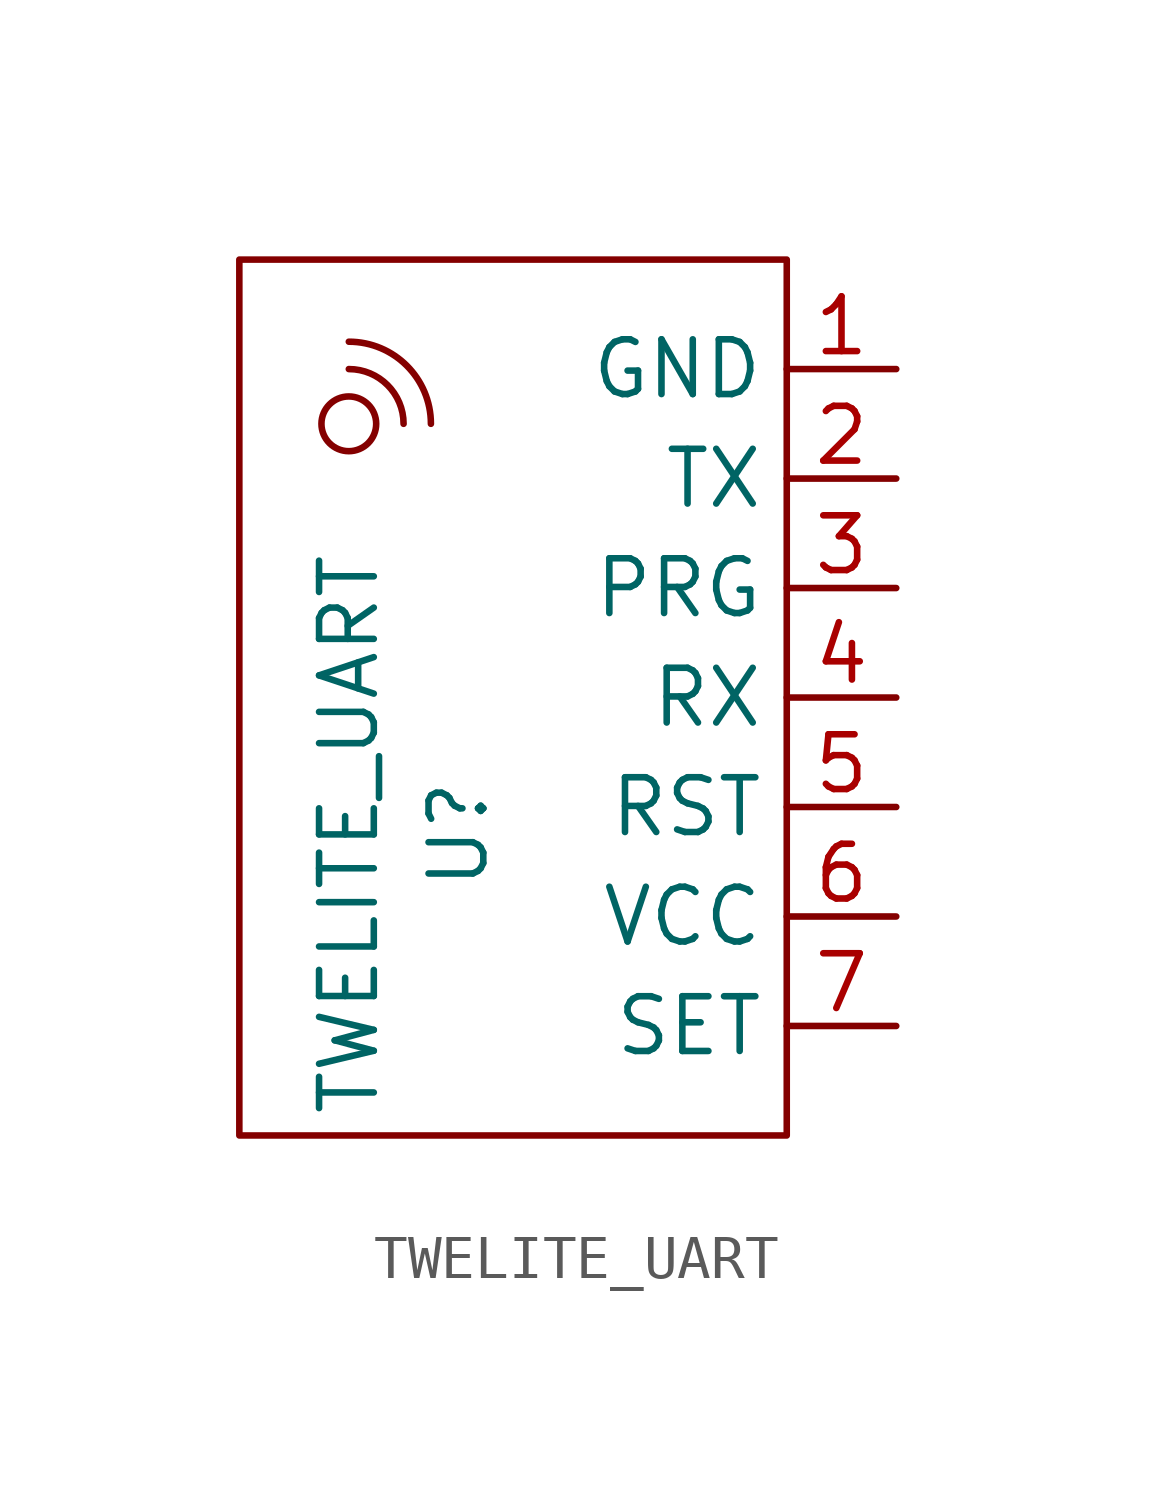
<source format=kicad_sym>
(kicad_symbol_lib
  (version 20211014)
  (generator kicad_symbol_editor)
  (symbol "TWELITE_UART"
    (property "Reference" "U"
      (at -1.27 -14.605 90)
      (effects (font (size 1.27 1.27))))
    (property "Value" "TWELITE_UART"
      (at -3.81 -14.605 90)
      (effects (font (size 1.27 1.27))))
    (symbol "TWELITE_UART_0_1"
      (rectangle (start -6.35 -1.27) (end 6.35 -21.59) (stroke (width 0) (type default) (color 0 0 0 0)) (fill (type none)))
      (circle (center -3.81 -5.08) (radius 0.635) (stroke (width 0) (type default) (color 0 0 0 0)) (fill (type none)))
      (arc (start -2.54 -5.08) (mid -2.912 -4.182) (end -3.81 -3.81) (stroke (width 0) (type default) (color 0 0 0 0)) (fill (type none)))
      (arc (start -1.905 -5.08) (mid -2.463 -3.733) (end -3.81 -3.175) (stroke (width 0) (type default) (color 0 0 0 0)) (fill (type none))))
    (symbol "TWELITE_UART_1_1"
      (pin input line (at 8.89 -3.81 180) (length 2.54) (name "GND" (effects (font (size 1.27 1.27)))) (number "1" (effects (font (size 1.27 1.27)))))
      (pin input line (at 8.89 -6.35 180) (length 2.54) (name "TX" (effects (font (size 1.27 1.27)))) (number "2" (effects (font (size 1.27 1.27)))))
      (pin input line (at 8.89 -8.89 180) (length 2.54) (name "PRG" (effects (font (size 1.27 1.27)))) (number "3" (effects (font (size 1.27 1.27)))))
      (pin input line (at 8.89 -11.43 180) (length 2.54) (name "RX" (effects (font (size 1.27 1.27)))) (number "4" (effects (font (size 1.27 1.27)))))
      (pin input line (at 8.89 -13.97 180) (length 2.54) (name "RST" (effects (font (size 1.27 1.27)))) (number "5" (effects (font (size 1.27 1.27)))))
      (pin input line (at 8.89 -16.51 180) (length 2.54) (name "VCC" (effects (font (size 1.27 1.27)))) (number "6" (effects (font (size 1.27 1.27)))))
      (pin input line (at 8.89 -19.05 180) (length 2.54) (name "SET" (effects (font (size 1.27 1.27)))) (number "7" (effects (font (size 1.27 1.27))))))))
</source>
